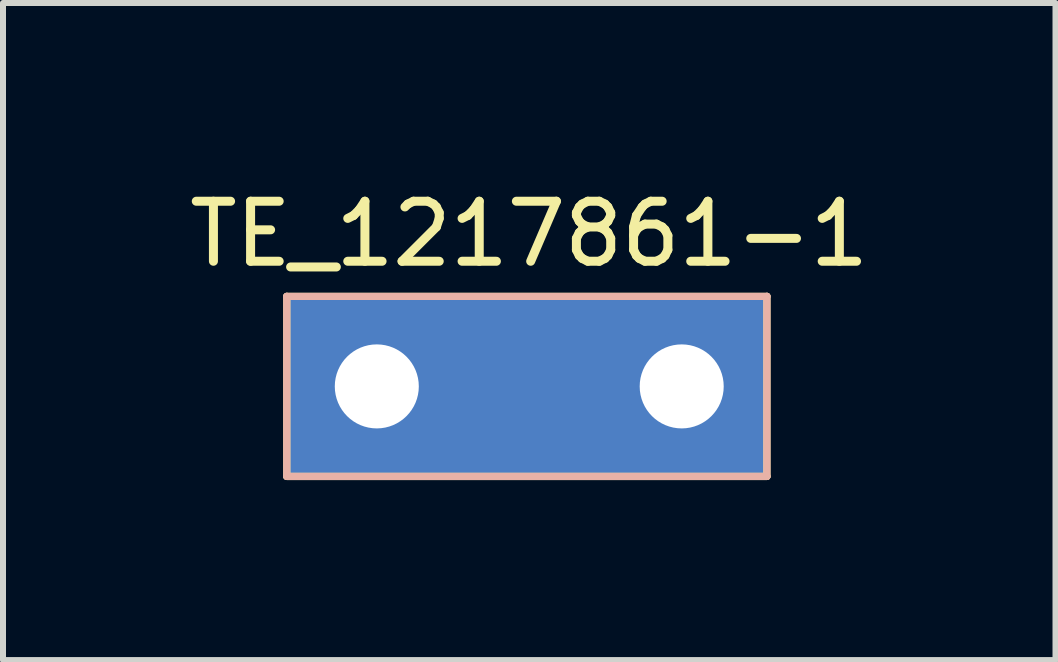
<source format=kicad_pcb>
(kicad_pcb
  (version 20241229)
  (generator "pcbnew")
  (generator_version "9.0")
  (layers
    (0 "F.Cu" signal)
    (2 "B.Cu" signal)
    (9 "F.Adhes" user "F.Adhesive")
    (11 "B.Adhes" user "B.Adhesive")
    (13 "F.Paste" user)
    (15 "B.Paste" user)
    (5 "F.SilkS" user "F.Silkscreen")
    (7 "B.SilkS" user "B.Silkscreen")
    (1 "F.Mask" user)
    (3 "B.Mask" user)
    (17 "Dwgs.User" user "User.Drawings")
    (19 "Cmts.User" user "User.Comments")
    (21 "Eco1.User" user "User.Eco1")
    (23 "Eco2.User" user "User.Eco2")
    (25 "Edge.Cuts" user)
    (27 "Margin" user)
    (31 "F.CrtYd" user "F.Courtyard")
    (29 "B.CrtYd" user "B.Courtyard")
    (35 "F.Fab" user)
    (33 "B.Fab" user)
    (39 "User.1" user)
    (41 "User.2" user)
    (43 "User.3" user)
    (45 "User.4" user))
  (footprint "TE_1217861-1"
    (layer "F.Cu")
    (at 3.228 3.388)
    (property "Reference" "TE_1217861-1" (at 2.54 -2.54 0) (layer "F.SilkS") (effects (font (size 1 1) (thickness 0.15))))
    (attr through_hole)
    (fp_line (start -1.5 -1.5) (end 6.5 -1.5) (stroke (width 0.12) (type solid)) (layer "F.SilkS"))
    (fp_line (start -1.5 1.5) (end -1.5 -1.5) (stroke (width 0.12) (type solid)) (layer "F.SilkS"))
    (fp_line (start 6.5 -1.5) (end 6.5 1.5) (stroke (width 0.12) (type solid)) (layer "F.SilkS"))
    (fp_line (start 6.5 1.5) (end -1.5 1.5) (stroke (width 0.12) (type solid)) (layer "F.SilkS"))
    (fp_line (start -1.5 -1.5) (end 6.5 -1.5) (stroke (width 0.12) (type solid)) (layer "B.SilkS"))
    (fp_line (start -1.5 1.5) (end -1.5 -1.5) (stroke (width 0.12) (type solid)) (layer "B.SilkS"))
    (fp_line (start 6.5 -1.5) (end 6.5 1.5) (stroke (width 0.12) (type solid)) (layer "B.SilkS"))
    (fp_line (start 6.5 1.5) (end -1.5 1.5) (stroke (width 0.12) (type solid)) (layer "B.SilkS"))
    (pad "1" thru_hole circle (at 0 0) (size 1.8 1.8) (drill 1.4) (layers "*.Cu" "*.Mask"))
    (pad "1" smd rect (at 2.54 0) (size 8 3) (layers "F.Cu" "F.Mask"))
    (pad "1" smd rect (at 2.54 0) (size 8 3) (layers "B.Cu" "B.Mask"))
    (pad "1" thru_hole circle (at 5.08 0) (size 1.8 1.8) (drill 1.4) (layers "*.Cu" "*.Mask")))
  (gr_rect
    (start -3 -3)
    (end 14.536 7.948)
    (stroke (width 0.1) (type default))
    (fill no)
    (layer "Edge.Cuts")))
</source>
